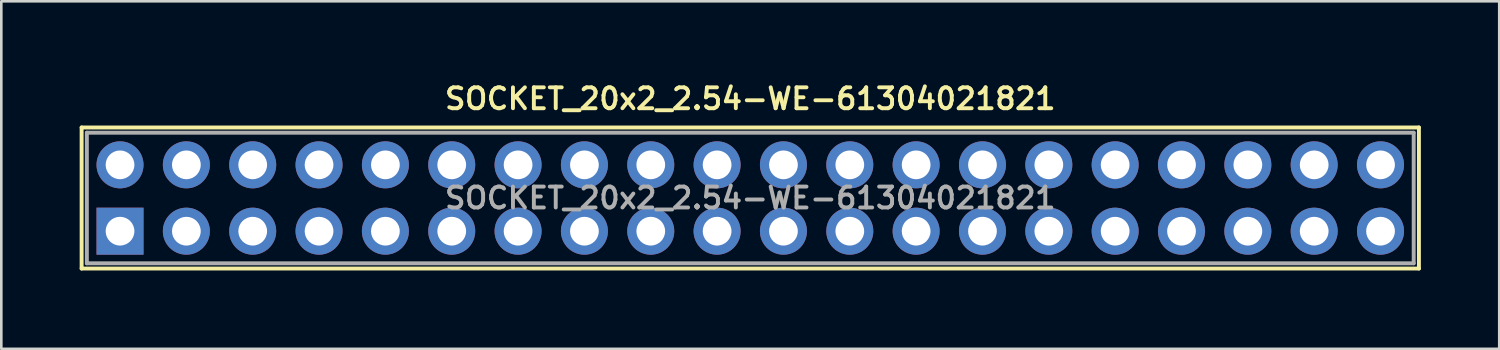
<source format=kicad_pcb>
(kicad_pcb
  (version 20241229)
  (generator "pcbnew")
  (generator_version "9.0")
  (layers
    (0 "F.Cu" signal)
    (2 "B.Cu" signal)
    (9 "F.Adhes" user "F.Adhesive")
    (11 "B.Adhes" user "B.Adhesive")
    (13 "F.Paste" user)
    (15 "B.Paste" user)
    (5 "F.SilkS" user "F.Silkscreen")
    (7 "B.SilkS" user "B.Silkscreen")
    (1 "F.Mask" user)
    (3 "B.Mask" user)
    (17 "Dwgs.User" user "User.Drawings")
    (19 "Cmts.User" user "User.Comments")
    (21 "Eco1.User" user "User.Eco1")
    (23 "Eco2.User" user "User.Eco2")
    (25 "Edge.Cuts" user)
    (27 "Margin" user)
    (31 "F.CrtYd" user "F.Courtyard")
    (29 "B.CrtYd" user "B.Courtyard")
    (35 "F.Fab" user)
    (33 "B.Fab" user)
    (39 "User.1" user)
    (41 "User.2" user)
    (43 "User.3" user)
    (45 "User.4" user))
  (footprint "SOCKET_20x2_2.54-WE-61304021821"
    (layer "F.Cu")
    (at 25.675 4.531)
    (property "Reference" "SOCKET_20x2_2.54-WE-61304021821" (at 0 -3.8 0) (layer "F.SilkS") (effects (font (size 0.8 0.8) (thickness 0.15))))
    (attr through_hole)
    (fp_line (start -25.6 -2.7) (end 25.6 -2.7) (stroke (width 0.15) (type solid)) (layer "F.SilkS"))
    (fp_line (start -25.6 2.7) (end -25.6 -2.7) (stroke (width 0.15) (type solid)) (layer "F.SilkS"))
    (fp_line (start 25.6 -2.7) (end 25.6 2.7) (stroke (width 0.15) (type solid)) (layer "F.SilkS"))
    (fp_line (start 25.6 2.7) (end -25.6 2.7) (stroke (width 0.15) (type solid)) (layer "F.SilkS"))
    (fp_line (start -25.4 -2.5) (end -25.4 2.5) (stroke (width 0.15) (type solid)) (layer "F.Fab"))
    (fp_line (start -25.4 2.5) (end 25.4 2.5) (stroke (width 0.15) (type solid)) (layer "F.Fab"))
    (fp_line (start -24.43 -1.57) (end -23.83 -1.57) (stroke (width 0.15) (type solid)) (layer "F.Fab"))
    (fp_line (start -24.43 -0.97) (end -24.43 -1.57) (stroke (width 0.15) (type solid)) (layer "F.Fab"))
    (fp_line (start -24.43 0.97) (end -23.83 0.97) (stroke (width 0.15) (type solid)) (layer "F.Fab"))
    (fp_line (start -24.43 1.57) (end -24.43 0.97) (stroke (width 0.15) (type solid)) (layer "F.Fab"))
    (fp_line (start -23.83 -1.57) (end -23.83 -0.97) (stroke (width 0.15) (type solid)) (layer "F.Fab"))
    (fp_line (start -23.83 -0.97) (end -24.43 -0.97) (stroke (width 0.15) (type solid)) (layer "F.Fab"))
    (fp_line (start -23.83 0.97) (end -23.83 1.57) (stroke (width 0.15) (type solid)) (layer "F.Fab"))
    (fp_line (start -23.83 1.57) (end -24.43 1.57) (stroke (width 0.15) (type solid)) (layer "F.Fab"))
    (fp_line (start -21.89 -1.57) (end -21.29 -1.57) (stroke (width 0.15) (type solid)) (layer "F.Fab"))
    (fp_line (start -21.89 -0.97) (end -21.89 -1.57) (stroke (width 0.15) (type solid)) (layer "F.Fab"))
    (fp_line (start -21.89 0.97) (end -21.29 0.97) (stroke (width 0.15) (type solid)) (layer "F.Fab"))
    (fp_line (start -21.89 1.57) (end -21.89 0.97) (stroke (width 0.15) (type solid)) (layer "F.Fab"))
    (fp_line (start -21.29 -1.57) (end -21.29 -0.97) (stroke (width 0.15) (type solid)) (layer "F.Fab"))
    (fp_line (start -21.29 -0.97) (end -21.89 -0.97) (stroke (width 0.15) (type solid)) (layer "F.Fab"))
    (fp_line (start -21.29 0.97) (end -21.29 1.57) (stroke (width 0.15) (type solid)) (layer "F.Fab"))
    (fp_line (start -21.29 1.57) (end -21.89 1.57) (stroke (width 0.15) (type solid)) (layer "F.Fab"))
    (fp_line (start -19.35 -1.57) (end -18.75 -1.57) (stroke (width 0.15) (type solid)) (layer "F.Fab"))
    (fp_line (start -19.35 -0.97) (end -19.35 -1.57) (stroke (width 0.15) (type solid)) (layer "F.Fab"))
    (fp_line (start -19.35 0.97) (end -18.75 0.97) (stroke (width 0.15) (type solid)) (layer "F.Fab"))
    (fp_line (start -19.35 1.57) (end -19.35 0.97) (stroke (width 0.15) (type solid)) (layer "F.Fab"))
    (fp_line (start -18.75 -1.57) (end -18.75 -0.97) (stroke (width 0.15) (type solid)) (layer "F.Fab"))
    (fp_line (start -18.75 -0.97) (end -19.35 -0.97) (stroke (width 0.15) (type solid)) (layer "F.Fab"))
    (fp_line (start -18.75 0.97) (end -18.75 1.57) (stroke (width 0.15) (type solid)) (layer "F.Fab"))
    (fp_line (start -18.75 1.57) (end -19.35 1.57) (stroke (width 0.15) (type solid)) (layer "F.Fab"))
    (fp_line (start -16.81 -1.57) (end -16.21 -1.57) (stroke (width 0.15) (type solid)) (layer "F.Fab"))
    (fp_line (start -16.81 -0.97) (end -16.81 -1.57) (stroke (width 0.15) (type solid)) (layer "F.Fab"))
    (fp_line (start -16.81 0.97) (end -16.21 0.97) (stroke (width 0.15) (type solid)) (layer "F.Fab"))
    (fp_line (start -16.81 1.57) (end -16.81 0.97) (stroke (width 0.15) (type solid)) (layer "F.Fab"))
    (fp_line (start -16.21 -1.57) (end -16.21 -0.97) (stroke (width 0.15) (type solid)) (layer "F.Fab"))
    (fp_line (start -16.21 -0.97) (end -16.81 -0.97) (stroke (width 0.15) (type solid)) (layer "F.Fab"))
    (fp_line (start -16.21 0.97) (end -16.21 1.57) (stroke (width 0.15) (type solid)) (layer "F.Fab"))
    (fp_line (start -16.21 1.57) (end -16.81 1.57) (stroke (width 0.15) (type solid)) (layer "F.Fab"))
    (fp_line (start -14.27 -1.57) (end -13.67 -1.57) (stroke (width 0.15) (type solid)) (layer "F.Fab"))
    (fp_line (start -14.27 -0.97) (end -14.27 -1.57) (stroke (width 0.15) (type solid)) (layer "F.Fab"))
    (fp_line (start -14.27 0.97) (end -13.67 0.97) (stroke (width 0.15) (type solid)) (layer "F.Fab"))
    (fp_line (start -14.27 1.57) (end -14.27 0.97) (stroke (width 0.15) (type solid)) (layer "F.Fab"))
    (fp_line (start -13.67 -1.57) (end -13.67 -0.97) (stroke (width 0.15) (type solid)) (layer "F.Fab"))
    (fp_line (start -13.67 -0.97) (end -14.27 -0.97) (stroke (width 0.15) (type solid)) (layer "F.Fab"))
    (fp_line (start -13.67 0.97) (end -13.67 1.57) (stroke (width 0.15) (type solid)) (layer "F.Fab"))
    (fp_line (start -13.67 1.57) (end -14.27 1.57) (stroke (width 0.15) (type solid)) (layer "F.Fab"))
    (fp_line (start -11.73 -1.57) (end -11.13 -1.57) (stroke (width 0.15) (type solid)) (layer "F.Fab"))
    (fp_line (start -11.73 -0.97) (end -11.73 -1.57) (stroke (width 0.15) (type solid)) (layer "F.Fab"))
    (fp_line (start -11.73 0.97) (end -11.13 0.97) (stroke (width 0.15) (type solid)) (layer "F.Fab"))
    (fp_line (start -11.73 1.57) (end -11.73 0.97) (stroke (width 0.15) (type solid)) (layer "F.Fab"))
    (fp_line (start -11.13 -1.57) (end -11.13 -0.97) (stroke (width 0.15) (type solid)) (layer "F.Fab"))
    (fp_line (start -11.13 -0.97) (end -11.73 -0.97) (stroke (width 0.15) (type solid)) (layer "F.Fab"))
    (fp_line (start -11.13 0.97) (end -11.13 1.57) (stroke (width 0.15) (type solid)) (layer "F.Fab"))
    (fp_line (start -11.13 1.57) (end -11.73 1.57) (stroke (width 0.15) (type solid)) (layer "F.Fab"))
    (fp_line (start -9.19 -1.57) (end -8.59 -1.57) (stroke (width 0.15) (type solid)) (layer "F.Fab"))
    (fp_line (start -9.19 -0.97) (end -9.19 -1.57) (stroke (width 0.15) (type solid)) (layer "F.Fab"))
    (fp_line (start -9.19 0.97) (end -8.59 0.97) (stroke (width 0.15) (type solid)) (layer "F.Fab"))
    (fp_line (start -9.19 1.57) (end -9.19 0.97) (stroke (width 0.15) (type solid)) (layer "F.Fab"))
    (fp_line (start -8.59 -1.57) (end -8.59 -0.97) (stroke (width 0.15) (type solid)) (layer "F.Fab"))
    (fp_line (start -8.59 -0.97) (end -9.19 -0.97) (stroke (width 0.15) (type solid)) (layer "F.Fab"))
    (fp_line (start -8.59 0.97) (end -8.59 1.57) (stroke (width 0.15) (type solid)) (layer "F.Fab"))
    (fp_line (start -8.59 1.57) (end -9.19 1.57) (stroke (width 0.15) (type solid)) (layer "F.Fab"))
    (fp_line (start -6.65 -1.57) (end -6.05 -1.57) (stroke (width 0.15) (type solid)) (layer "F.Fab"))
    (fp_line (start -6.65 -0.97) (end -6.65 -1.57) (stroke (width 0.15) (type solid)) (layer "F.Fab"))
    (fp_line (start -6.65 0.97) (end -6.05 0.97) (stroke (width 0.15) (type solid)) (layer "F.Fab"))
    (fp_line (start -6.65 1.57) (end -6.65 0.97) (stroke (width 0.15) (type solid)) (layer "F.Fab"))
    (fp_line (start -6.05 -1.57) (end -6.05 -0.97) (stroke (width 0.15) (type solid)) (layer "F.Fab"))
    (fp_line (start -6.05 -0.97) (end -6.65 -0.97) (stroke (width 0.15) (type solid)) (layer "F.Fab"))
    (fp_line (start -6.05 0.97) (end -6.05 1.57) (stroke (width 0.15) (type solid)) (layer "F.Fab"))
    (fp_line (start -6.05 1.57) (end -6.65 1.57) (stroke (width 0.15) (type solid)) (layer "F.Fab"))
    (fp_line (start -4.11 -1.57) (end -3.51 -1.57) (stroke (width 0.15) (type solid)) (layer "F.Fab"))
    (fp_line (start -4.11 -0.97) (end -4.11 -1.57) (stroke (width 0.15) (type solid)) (layer "F.Fab"))
    (fp_line (start -4.11 0.97) (end -3.51 0.97) (stroke (width 0.15) (type solid)) (layer "F.Fab"))
    (fp_line (start -4.11 1.57) (end -4.11 0.97) (stroke (width 0.15) (type solid)) (layer "F.Fab"))
    (fp_line (start -3.51 -1.57) (end -3.51 -0.97) (stroke (width 0.15) (type solid)) (layer "F.Fab"))
    (fp_line (start -3.51 -0.97) (end -4.11 -0.97) (stroke (width 0.15) (type solid)) (layer "F.Fab"))
    (fp_line (start -3.51 0.97) (end -3.51 1.57) (stroke (width 0.15) (type solid)) (layer "F.Fab"))
    (fp_line (start -3.51 1.57) (end -4.11 1.57) (stroke (width 0.15) (type solid)) (layer "F.Fab"))
    (fp_line (start -1.57 -1.57) (end -0.97 -1.57) (stroke (width 0.15) (type solid)) (layer "F.Fab"))
    (fp_line (start -1.57 -0.97) (end -1.57 -1.57) (stroke (width 0.15) (type solid)) (layer "F.Fab"))
    (fp_line (start -1.57 0.97) (end -0.97 0.97) (stroke (width 0.15) (type solid)) (layer "F.Fab"))
    (fp_line (start -1.57 1.57) (end -1.57 0.97) (stroke (width 0.15) (type solid)) (layer "F.Fab"))
    (fp_line (start -0.97 -1.57) (end -0.97 -0.97) (stroke (width 0.15) (type solid)) (layer "F.Fab"))
    (fp_line (start -0.97 -0.97) (end -1.57 -0.97) (stroke (width 0.15) (type solid)) (layer "F.Fab"))
    (fp_line (start -0.97 0.97) (end -0.97 1.57) (stroke (width 0.15) (type solid)) (layer "F.Fab"))
    (fp_line (start -0.97 1.57) (end -1.57 1.57) (stroke (width 0.15) (type solid)) (layer "F.Fab"))
    (fp_line (start 0.97 -1.57) (end 1.57 -1.57) (stroke (width 0.15) (type solid)) (layer "F.Fab"))
    (fp_line (start 0.97 -0.97) (end 0.97 -1.57) (stroke (width 0.15) (type solid)) (layer "F.Fab"))
    (fp_line (start 0.97 0.97) (end 1.57 0.97) (stroke (width 0.15) (type solid)) (layer "F.Fab"))
    (fp_line (start 0.97 1.57) (end 0.97 0.97) (stroke (width 0.15) (type solid)) (layer "F.Fab"))
    (fp_line (start 1.57 -1.57) (end 1.57 -0.97) (stroke (width 0.15) (type solid)) (layer "F.Fab"))
    (fp_line (start 1.57 -0.97) (end 0.97 -0.97) (stroke (width 0.15) (type solid)) (layer "F.Fab"))
    (fp_line (start 1.57 0.97) (end 1.57 1.57) (stroke (width 0.15) (type solid)) (layer "F.Fab"))
    (fp_line (start 1.57 1.57) (end 0.97 1.57) (stroke (width 0.15) (type solid)) (layer "F.Fab"))
    (fp_line (start 3.51 -1.57) (end 4.11 -1.57) (stroke (width 0.15) (type solid)) (layer "F.Fab"))
    (fp_line (start 3.51 -0.97) (end 3.51 -1.57) (stroke (width 0.15) (type solid)) (layer "F.Fab"))
    (fp_line (start 3.51 0.97) (end 4.11 0.97) (stroke (width 0.15) (type solid)) (layer "F.Fab"))
    (fp_line (start 3.51 1.57) (end 3.51 0.97) (stroke (width 0.15) (type solid)) (layer "F.Fab"))
    (fp_line (start 4.11 -1.57) (end 4.11 -0.97) (stroke (width 0.15) (type solid)) (layer "F.Fab"))
    (fp_line (start 4.11 -0.97) (end 3.51 -0.97) (stroke (width 0.15) (type solid)) (layer "F.Fab"))
    (fp_line (start 4.11 0.97) (end 4.11 1.57) (stroke (width 0.15) (type solid)) (layer "F.Fab"))
    (fp_line (start 4.11 1.57) (end 3.51 1.57) (stroke (width 0.15) (type solid)) (layer "F.Fab"))
    (fp_line (start 6.05 -1.57) (end 6.65 -1.57) (stroke (width 0.15) (type solid)) (layer "F.Fab"))
    (fp_line (start 6.05 -0.97) (end 6.05 -1.57) (stroke (width 0.15) (type solid)) (layer "F.Fab"))
    (fp_line (start 6.05 0.97) (end 6.65 0.97) (stroke (width 0.15) (type solid)) (layer "F.Fab"))
    (fp_line (start 6.05 1.57) (end 6.05 0.97) (stroke (width 0.15) (type solid)) (layer "F.Fab"))
    (fp_line (start 6.65 -1.57) (end 6.65 -0.97) (stroke (width 0.15) (type solid)) (layer "F.Fab"))
    (fp_line (start 6.65 -0.97) (end 6.05 -0.97) (stroke (width 0.15) (type solid)) (layer "F.Fab"))
    (fp_line (start 6.65 0.97) (end 6.65 1.57) (stroke (width 0.15) (type solid)) (layer "F.Fab"))
    (fp_line (start 6.65 1.57) (end 6.05 1.57) (stroke (width 0.15) (type solid)) (layer "F.Fab"))
    (fp_line (start 8.59 -1.57) (end 9.19 -1.57) (stroke (width 0.15) (type solid)) (layer "F.Fab"))
    (fp_line (start 8.59 -0.97) (end 8.59 -1.57) (stroke (width 0.15) (type solid)) (layer "F.Fab"))
    (fp_line (start 8.59 0.97) (end 9.19 0.97) (stroke (width 0.15) (type solid)) (layer "F.Fab"))
    (fp_line (start 8.59 1.57) (end 8.59 0.97) (stroke (width 0.15) (type solid)) (layer "F.Fab"))
    (fp_line (start 9.19 -1.57) (end 9.19 -0.97) (stroke (width 0.15) (type solid)) (layer "F.Fab"))
    (fp_line (start 9.19 -0.97) (end 8.59 -0.97) (stroke (width 0.15) (type solid)) (layer "F.Fab"))
    (fp_line (start 9.19 0.97) (end 9.19 1.57) (stroke (width 0.15) (type solid)) (layer "F.Fab"))
    (fp_line (start 9.19 1.57) (end 8.59 1.57) (stroke (width 0.15) (type solid)) (layer "F.Fab"))
    (fp_line (start 11.13 -1.57) (end 11.73 -1.57) (stroke (width 0.15) (type solid)) (layer "F.Fab"))
    (fp_line (start 11.13 -0.97) (end 11.13 -1.57) (stroke (width 0.15) (type solid)) (layer "F.Fab"))
    (fp_line (start 11.13 0.97) (end 11.73 0.97) (stroke (width 0.15) (type solid)) (layer "F.Fab"))
    (fp_line (start 11.13 1.57) (end 11.13 0.97) (stroke (width 0.15) (type solid)) (layer "F.Fab"))
    (fp_line (start 11.73 -1.57) (end 11.73 -0.97) (stroke (width 0.15) (type solid)) (layer "F.Fab"))
    (fp_line (start 11.73 -0.97) (end 11.13 -0.97) (stroke (width 0.15) (type solid)) (layer "F.Fab"))
    (fp_line (start 11.73 0.97) (end 11.73 1.57) (stroke (width 0.15) (type solid)) (layer "F.Fab"))
    (fp_line (start 11.73 1.57) (end 11.13 1.57) (stroke (width 0.15) (type solid)) (layer "F.Fab"))
    (fp_line (start 13.67 -1.57) (end 14.27 -1.57) (stroke (width 0.15) (type solid)) (layer "F.Fab"))
    (fp_line (start 13.67 -0.97) (end 13.67 -1.57) (stroke (width 0.15) (type solid)) (layer "F.Fab"))
    (fp_line (start 13.67 0.97) (end 14.27 0.97) (stroke (width 0.15) (type solid)) (layer "F.Fab"))
    (fp_line (start 13.67 1.57) (end 13.67 0.97) (stroke (width 0.15) (type solid)) (layer "F.Fab"))
    (fp_line (start 14.27 -1.57) (end 14.27 -0.97) (stroke (width 0.15) (type solid)) (layer "F.Fab"))
    (fp_line (start 14.27 -0.97) (end 13.67 -0.97) (stroke (width 0.15) (type solid)) (layer "F.Fab"))
    (fp_line (start 14.27 0.97) (end 14.27 1.57) (stroke (width 0.15) (type solid)) (layer "F.Fab"))
    (fp_line (start 14.27 1.57) (end 13.67 1.57) (stroke (width 0.15) (type solid)) (layer "F.Fab"))
    (fp_line (start 16.21 -1.57) (end 16.81 -1.57) (stroke (width 0.15) (type solid)) (layer "F.Fab"))
    (fp_line (start 16.21 -0.97) (end 16.21 -1.57) (stroke (width 0.15) (type solid)) (layer "F.Fab"))
    (fp_line (start 16.21 0.97) (end 16.81 0.97) (stroke (width 0.15) (type solid)) (layer "F.Fab"))
    (fp_line (start 16.21 1.57) (end 16.21 0.97) (stroke (width 0.15) (type solid)) (layer "F.Fab"))
    (fp_line (start 16.81 -1.57) (end 16.81 -0.97) (stroke (width 0.15) (type solid)) (layer "F.Fab"))
    (fp_line (start 16.81 -0.97) (end 16.21 -0.97) (stroke (width 0.15) (type solid)) (layer "F.Fab"))
    (fp_line (start 16.81 0.97) (end 16.81 1.57) (stroke (width 0.15) (type solid)) (layer "F.Fab"))
    (fp_line (start 16.81 1.57) (end 16.21 1.57) (stroke (width 0.15) (type solid)) (layer "F.Fab"))
    (fp_line (start 18.75 -1.57) (end 19.35 -1.57) (stroke (width 0.15) (type solid)) (layer "F.Fab"))
    (fp_line (start 18.75 -0.97) (end 18.75 -1.57) (stroke (width 0.15) (type solid)) (layer "F.Fab"))
    (fp_line (start 18.75 0.97) (end 19.35 0.97) (stroke (width 0.15) (type solid)) (layer "F.Fab"))
    (fp_line (start 18.75 1.57) (end 18.75 0.97) (stroke (width 0.15) (type solid)) (layer "F.Fab"))
    (fp_line (start 19.35 -1.57) (end 19.35 -0.97) (stroke (width 0.15) (type solid)) (layer "F.Fab"))
    (fp_line (start 19.35 -0.97) (end 18.75 -0.97) (stroke (width 0.15) (type solid)) (layer "F.Fab"))
    (fp_line (start 19.35 0.97) (end 19.35 1.57) (stroke (width 0.15) (type solid)) (layer "F.Fab"))
    (fp_line (start 19.35 1.57) (end 18.75 1.57) (stroke (width 0.15) (type solid)) (layer "F.Fab"))
    (fp_line (start 21.29 -1.57) (end 21.89 -1.57) (stroke (width 0.15) (type solid)) (layer "F.Fab"))
    (fp_line (start 21.29 -0.97) (end 21.29 -1.57) (stroke (width 0.15) (type solid)) (layer "F.Fab"))
    (fp_line (start 21.29 0.97) (end 21.89 0.97) (stroke (width 0.15) (type solid)) (layer "F.Fab"))
    (fp_line (start 21.29 1.57) (end 21.29 0.97) (stroke (width 0.15) (type solid)) (layer "F.Fab"))
    (fp_line (start 21.89 -1.57) (end 21.89 -0.97) (stroke (width 0.15) (type solid)) (layer "F.Fab"))
    (fp_line (start 21.89 -0.97) (end 21.29 -0.97) (stroke (width 0.15) (type solid)) (layer "F.Fab"))
    (fp_line (start 21.89 0.97) (end 21.89 1.57) (stroke (width 0.15) (type solid)) (layer "F.Fab"))
    (fp_line (start 21.89 1.57) (end 21.29 1.57) (stroke (width 0.15) (type solid)) (layer "F.Fab"))
    (fp_line (start 23.83 -1.57) (end 24.43 -1.57) (stroke (width 0.15) (type solid)) (layer "F.Fab"))
    (fp_line (start 23.83 -0.97) (end 23.83 -1.57) (stroke (width 0.15) (type solid)) (layer "F.Fab"))
    (fp_line (start 23.83 0.97) (end 24.43 0.97) (stroke (width 0.15) (type solid)) (layer "F.Fab"))
    (fp_line (start 23.83 1.57) (end 23.83 0.97) (stroke (width 0.15) (type solid)) (layer "F.Fab"))
    (fp_line (start 24.43 -1.57) (end 24.43 -0.97) (stroke (width 0.15) (type solid)) (layer "F.Fab"))
    (fp_line (start 24.43 -0.97) (end 23.83 -0.97) (stroke (width 0.15) (type solid)) (layer "F.Fab"))
    (fp_line (start 24.43 0.97) (end 24.43 1.57) (stroke (width 0.15) (type solid)) (layer "F.Fab"))
    (fp_line (start 24.43 1.57) (end 23.83 1.57) (stroke (width 0.15) (type solid)) (layer "F.Fab"))
    (fp_line (start 25.4 -2.5) (end -25.4 -2.5) (stroke (width 0.15) (type solid)) (layer "F.Fab"))
    (fp_line (start 25.4 2.5) (end 25.4 -2.5) (stroke (width 0.15) (type solid)) (layer "F.Fab"))
    (fp_text user "${REFERENCE}" (at 0 0 0) (layer "F.Fab") (effects (font (size 0.8 0.8) (thickness 0.15))))
    (pad "1" thru_hole rect (at -24.13 1.27) (size 1.8 1.8) (drill 1.1) (layers "*.Cu" "*.Mask"))
    (pad "2" thru_hole circle (at -24.13 -1.27) (size 1.8 1.8) (drill 1.1) (layers "*.Cu" "*.Mask"))
    (pad "3" thru_hole circle (at -21.59 1.27) (size 1.8 1.8) (drill 1.1) (layers "*.Cu" "*.Mask"))
    (pad "4" thru_hole circle (at -21.59 -1.27) (size 1.8 1.8) (drill 1.1) (layers "*.Cu" "*.Mask"))
    (pad "5" thru_hole circle (at -19.05 1.27) (size 1.8 1.8) (drill 1.1) (layers "*.Cu" "*.Mask"))
    (pad "6" thru_hole circle (at -19.05 -1.27) (size 1.8 1.8) (drill 1.1) (layers "*.Cu" "*.Mask"))
    (pad "7" thru_hole circle (at -16.51 1.27) (size 1.8 1.8) (drill 1.1) (layers "*.Cu" "*.Mask"))
    (pad "8" thru_hole circle (at -16.51 -1.27) (size 1.8 1.8) (drill 1.1) (layers "*.Cu" "*.Mask"))
    (pad "9" thru_hole circle (at -13.97 1.27) (size 1.8 1.8) (drill 1.1) (layers "*.Cu" "*.Mask"))
    (pad "10" thru_hole circle (at -13.97 -1.27) (size 1.8 1.8) (drill 1.1) (layers "*.Cu" "*.Mask"))
    (pad "11" thru_hole circle (at -11.43 1.27) (size 1.8 1.8) (drill 1.1) (layers "*.Cu" "*.Mask"))
    (pad "12" thru_hole circle (at -11.43 -1.27) (size 1.8 1.8) (drill 1.1) (layers "*.Cu" "*.Mask"))
    (pad "13" thru_hole circle (at -8.89 1.27) (size 1.8 1.8) (drill 1.1) (layers "*.Cu" "*.Mask"))
    (pad "14" thru_hole circle (at -8.89 -1.27) (size 1.8 1.8) (drill 1.1) (layers "*.Cu" "*.Mask"))
    (pad "15" thru_hole circle (at -6.35 1.27) (size 1.8 1.8) (drill 1.1) (layers "*.Cu" "*.Mask"))
    (pad "16" thru_hole circle (at -6.35 -1.27) (size 1.8 1.8) (drill 1.1) (layers "*.Cu" "*.Mask"))
    (pad "17" thru_hole circle (at -3.81 1.27) (size 1.8 1.8) (drill 1.1) (layers "*.Cu" "*.Mask"))
    (pad "18" thru_hole circle (at -3.81 -1.27) (size 1.8 1.8) (drill 1.1) (layers "*.Cu" "*.Mask"))
    (pad "19" thru_hole circle (at -1.27 1.27) (size 1.8 1.8) (drill 1.1) (layers "*.Cu" "*.Mask"))
    (pad "20" thru_hole circle (at -1.27 -1.27) (size 1.8 1.8) (drill 1.1) (layers "*.Cu" "*.Mask"))
    (pad "21" thru_hole circle (at 1.27 1.27) (size 1.8 1.8) (drill 1.1) (layers "*.Cu" "*.Mask"))
    (pad "22" thru_hole circle (at 1.27 -1.27) (size 1.8 1.8) (drill 1.1) (layers "*.Cu" "*.Mask"))
    (pad "23" thru_hole circle (at 3.81 1.27) (size 1.8 1.8) (drill 1.1) (layers "*.Cu" "*.Mask"))
    (pad "24" thru_hole circle (at 3.81 -1.27) (size 1.8 1.8) (drill 1.1) (layers "*.Cu" "*.Mask"))
    (pad "25" thru_hole circle (at 6.35 1.27) (size 1.8 1.8) (drill 1.1) (layers "*.Cu" "*.Mask"))
    (pad "26" thru_hole circle (at 6.35 -1.27) (size 1.8 1.8) (drill 1.1) (layers "*.Cu" "*.Mask"))
    (pad "27" thru_hole circle (at 8.89 1.27) (size 1.8 1.8) (drill 1.1) (layers "*.Cu" "*.Mask"))
    (pad "28" thru_hole circle (at 8.89 -1.27) (size 1.8 1.8) (drill 1.1) (layers "*.Cu" "*.Mask"))
    (pad "29" thru_hole circle (at 11.43 1.27) (size 1.8 1.8) (drill 1.1) (layers "*.Cu" "*.Mask"))
    (pad "30" thru_hole circle (at 11.43 -1.27) (size 1.8 1.8) (drill 1.1) (layers "*.Cu" "*.Mask"))
    (pad "31" thru_hole circle (at 13.97 1.27) (size 1.8 1.8) (drill 1.1) (layers "*.Cu" "*.Mask"))
    (pad "32" thru_hole circle (at 13.97 -1.27) (size 1.8 1.8) (drill 1.1) (layers "*.Cu" "*.Mask"))
    (pad "33" thru_hole circle (at 16.51 1.27) (size 1.8 1.8) (drill 1.1) (layers "*.Cu" "*.Mask"))
    (pad "34" thru_hole circle (at 16.51 -1.27) (size 1.8 1.8) (drill 1.1) (layers "*.Cu" "*.Mask"))
    (pad "35" thru_hole circle (at 19.05 1.27) (size 1.8 1.8) (drill 1.1) (layers "*.Cu" "*.Mask"))
    (pad "36" thru_hole circle (at 19.05 -1.27) (size 1.8 1.8) (drill 1.1) (layers "*.Cu" "*.Mask"))
    (pad "37" thru_hole circle (at 21.59 1.27) (size 1.8 1.8) (drill 1.1) (layers "*.Cu" "*.Mask"))
    (pad "38" thru_hole circle (at 21.59 -1.27) (size 1.8 1.8) (drill 1.1) (layers "*.Cu" "*.Mask"))
    (pad "39" thru_hole circle (at 24.13 1.27) (size 1.8 1.8) (drill 1.1) (layers "*.Cu" "*.Mask"))
    (pad "40" thru_hole circle (at 24.13 -1.27) (size 1.8 1.8) (drill 1.1) (layers "*.Cu" "*.Mask")))
  (gr_rect
    (start -3 -3)
    (end 54.35 10.306)
    (stroke (width 0.1) (type default))
    (fill no)
    (layer "Edge.Cuts")))
</source>
